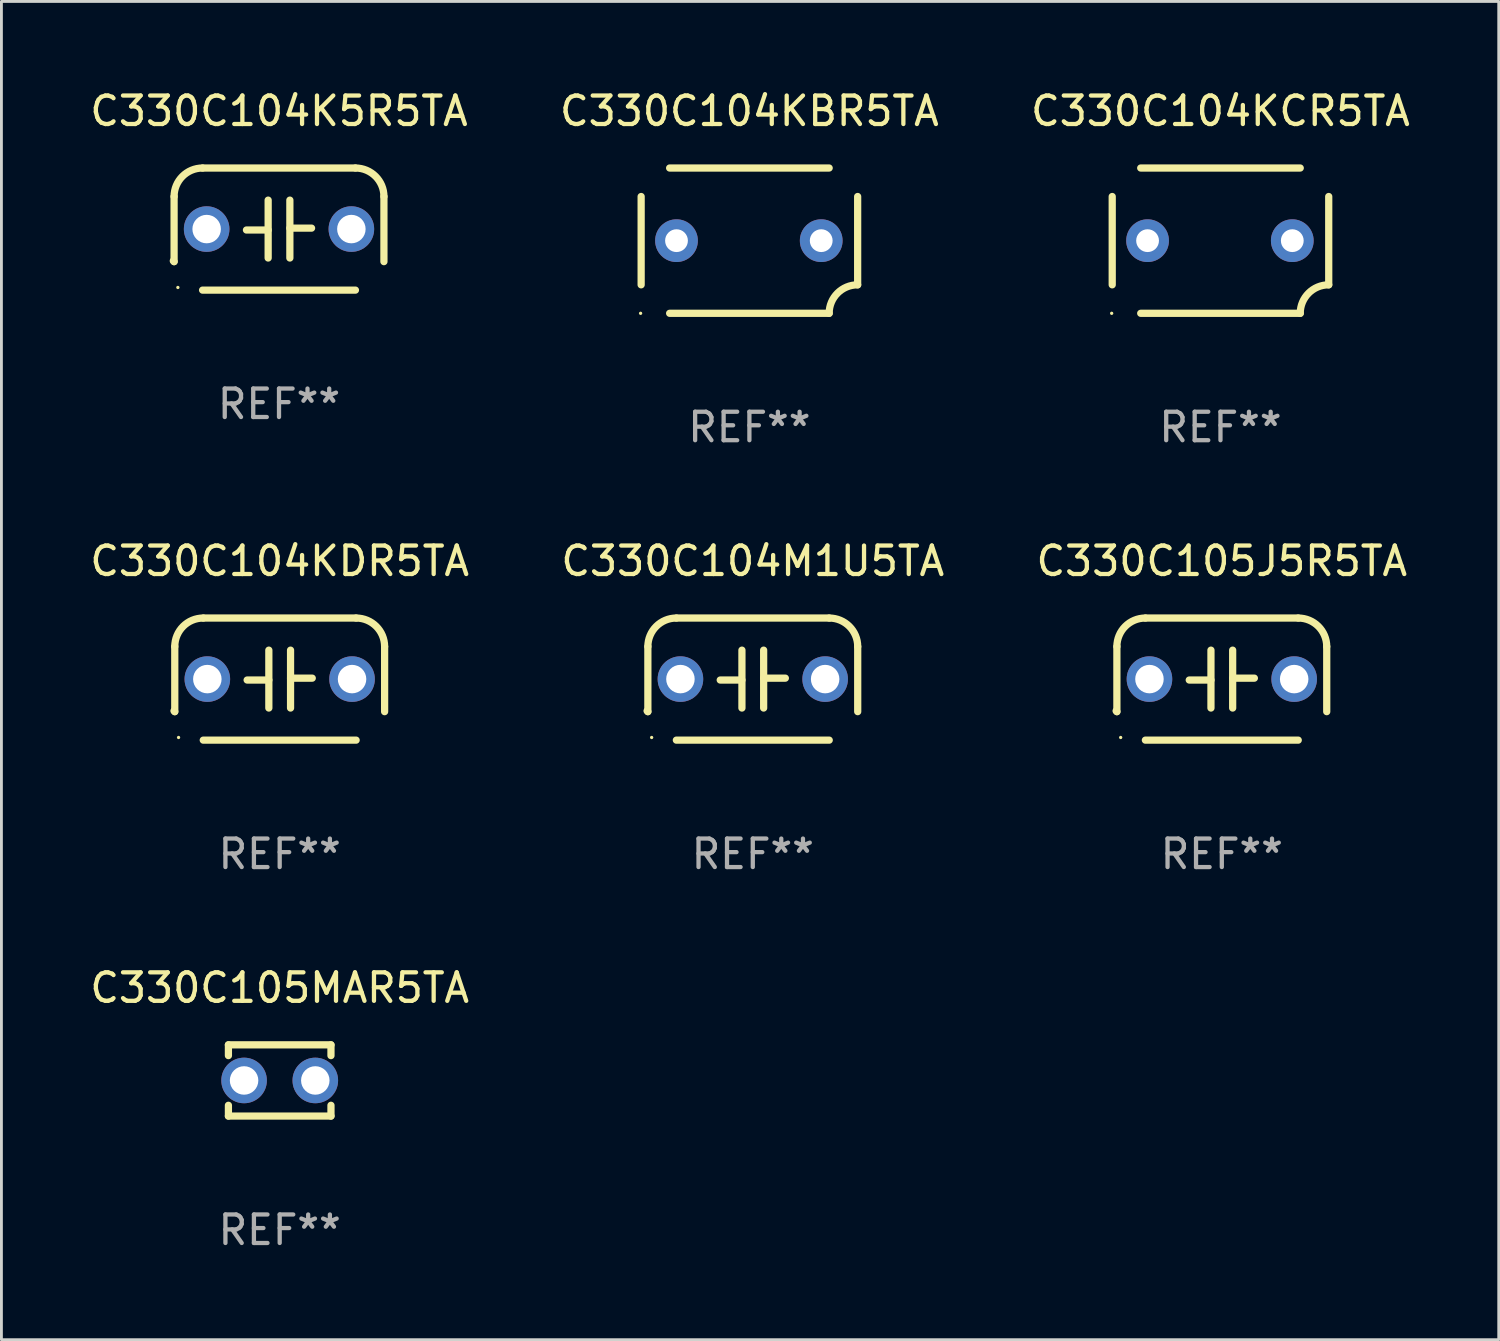
<source format=kicad_pcb>
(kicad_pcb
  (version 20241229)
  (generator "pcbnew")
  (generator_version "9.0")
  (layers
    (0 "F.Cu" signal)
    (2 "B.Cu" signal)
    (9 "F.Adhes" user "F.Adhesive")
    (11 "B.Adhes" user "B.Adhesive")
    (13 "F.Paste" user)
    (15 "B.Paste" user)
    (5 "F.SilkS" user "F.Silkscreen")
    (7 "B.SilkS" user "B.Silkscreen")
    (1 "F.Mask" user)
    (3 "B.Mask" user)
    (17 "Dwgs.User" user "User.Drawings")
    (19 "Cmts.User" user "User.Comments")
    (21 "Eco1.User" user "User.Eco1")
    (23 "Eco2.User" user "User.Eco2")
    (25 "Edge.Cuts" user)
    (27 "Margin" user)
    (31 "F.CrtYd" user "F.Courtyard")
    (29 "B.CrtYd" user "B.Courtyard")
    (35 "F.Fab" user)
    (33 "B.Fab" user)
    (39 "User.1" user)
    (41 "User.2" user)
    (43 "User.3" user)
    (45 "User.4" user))
  (footprint "C330C104K5R5TA"
    (layer "F.Cu")
    (at 6.744 4.991)
    (property "Reference" "C330C104K5R5TA" (at 0 -4.143 0) (layer "F.SilkS") (effects (font (size 1 1) (thickness 0.15))))
    (attr through_hole)
    (fp_line (start -3.683 -1.143) (end -3.683 1.143) (stroke (width 0.254) (type solid)) (layer "F.SilkS"))
    (fp_line (start -2.683 -2.143) (end 2.683 -2.143) (stroke (width 0.254) (type solid)) (layer "F.SilkS"))
    (fp_line (start -0.381 0.033) (end -1.143 0.033) (stroke (width 0.254) (type solid)) (layer "F.SilkS"))
    (fp_line (start -0.381 1.016) (end -0.381 -1.016) (stroke (width 0.254) (type solid)) (layer "F.SilkS"))
    (fp_line (start 0.381 -1.016) (end 0.381 1.016) (stroke (width 0.254) (type solid)) (layer "F.SilkS"))
    (fp_line (start 0.381 -0.033) (end 1.143 -0.033) (stroke (width 0.254) (type solid)) (layer "F.SilkS"))
    (fp_line (start 2.683 2.143) (end -2.683 2.143) (stroke (width 0.254) (type solid)) (layer "F.SilkS"))
    (fp_line (start 3.683 1.143) (end 3.683 -1.143) (stroke (width 0.254) (type solid)) (layer "F.SilkS"))
    (fp_arc (start -3.710292 1.115763) (mid -3.696656 1.129383) (end -3.68302 1.143002) (stroke (width 0.254001) (type solid)) (layer "F.SilkS"))
    (fp_arc (start -3.682994 -1.142977) (mid -3.390088 -1.850114) (end -2.682944 -2.143002) (stroke (width 0.254001) (type solid)) (layer "F.SilkS"))
    (fp_arc (start 2.682994 -2.143028) (mid 3.390106 -1.850122) (end 3.682995 -1.143002) (stroke (width 0.254001) (type solid)) (layer "F.SilkS"))
    (fp_circle (center -3.55 2.05) (end -3.52 2.05) (stroke (width 0.06) (type solid)) (fill no) (layer "F.SilkS"))
    (fp_text user "REF**" (at 0 6.143 0) (layer "F.Fab") (effects (font (size 1 1) (thickness 0.15))))
    (pad "1" thru_hole circle (at -2.54 0) (size 1.6 1.6) (drill 1) (layers "*.Cu" "*.Mask"))
    (pad "2" thru_hole circle (at 2.54 0) (size 1.6 1.6) (drill 1) (layers "*.Cu" "*.Mask")))
  (footprint "C330C104KCR5TA"
    (layer "F.Cu")
    (at 39.792 5.398)
    (property "Reference" "C330C104KCR5TA" (at 0 -4.55 0) (layer "F.SilkS") (effects (font (size 1 1) (thickness 0.15))))
    (attr through_hole)
    (fp_line (start -3.8 1.55) (end -3.8 -1.55) (stroke (width 0.254) (type solid)) (layer "F.SilkS"))
    (fp_line (start -2.8 -2.55) (end 2.8 -2.55) (stroke (width 0.254) (type solid)) (layer "F.SilkS"))
    (fp_line (start 2.8 2.55) (end -2.8 2.55) (stroke (width 0.254) (type solid)) (layer "F.SilkS"))
    (fp_line (start 3.8 -1.55) (end 3.8 1.55) (stroke (width 0.254) (type solid)) (layer "F.SilkS"))
    (fp_arc (start 2.800038 2.549975) (mid 3.092931 1.842868) (end 3.800038 1.549975) (stroke (width 0.254001) (type solid)) (layer "F.SilkS"))
    (fp_circle (center -3.819 2.55) (end -3.789 2.55) (stroke (width 0.06) (type solid)) (fill no) (layer "F.SilkS"))
    (fp_text user "REF**" (at 0 6.55 0) (layer "F.Fab") (effects (font (size 1 1) (thickness 0.15))))
    (pad "1" thru_hole circle (at -2.559 -0.000013) (size 1.5 1.5) (drill 0.8) (layers "*.Cu" "*.Mask"))
    (pad "2" thru_hole circle (at 2.521 -0.000013) (size 1.5 1.5) (drill 0.8) (layers "*.Cu" "*.Mask")))
  (footprint "C330C104KBR5TA"
    (layer "F.Cu")
    (at 23.256 5.398)
    (property "Reference" "C330C104KBR5TA" (at 0 -4.55 0) (layer "F.SilkS") (effects (font (size 1 1) (thickness 0.15))))
    (attr through_hole)
    (fp_line (start -3.8 1.55) (end -3.8 -1.55) (stroke (width 0.254) (type solid)) (layer "F.SilkS"))
    (fp_line (start -2.8 -2.55) (end 2.8 -2.55) (stroke (width 0.254) (type solid)) (layer "F.SilkS"))
    (fp_line (start 2.8 2.55) (end -2.8 2.55) (stroke (width 0.254) (type solid)) (layer "F.SilkS"))
    (fp_line (start 3.8 -1.55) (end 3.8 1.55) (stroke (width 0.254) (type solid)) (layer "F.SilkS"))
    (fp_arc (start 2.800038 2.549975) (mid 3.092931 1.842868) (end 3.800038 1.549975) (stroke (width 0.254001) (type solid)) (layer "F.SilkS"))
    (fp_circle (center -3.819 2.55) (end -3.789 2.55) (stroke (width 0.06) (type solid)) (fill no) (layer "F.SilkS"))
    (fp_text user "REF**" (at 0 6.55 0) (layer "F.Fab") (effects (font (size 1 1) (thickness 0.15))))
    (pad "1" thru_hole circle (at -2.559 -0.000013) (size 1.5 1.5) (drill 0.8) (layers "*.Cu" "*.Mask"))
    (pad "2" thru_hole circle (at 2.521 -0.000013) (size 1.5 1.5) (drill 0.8) (layers "*.Cu" "*.Mask")))
  (footprint "C330C105MAR5TA"
    (layer "F.Cu")
    (at 6.768 34.877)
    (property "Reference" "C330C105MAR5TA" (at 0 -3.25 0) (layer "F.SilkS") (effects (font (size 1 1) (thickness 0.15))))
    (attr through_hole)
    (fp_line (start -1.8 -1.25) (end -1.8 -0.872) (stroke (width 0.254) (type solid)) (layer "F.SilkS"))
    (fp_line (start -1.8 -1.25) (end 1.8 -1.25) (stroke (width 0.254) (type solid)) (layer "F.SilkS"))
    (fp_line (start -1.8 0.872) (end -1.8 1.25) (stroke (width 0.254) (type solid)) (layer "F.SilkS"))
    (fp_line (start -1.8 1.25) (end 1.8 1.25) (stroke (width 0.254) (type solid)) (layer "F.SilkS"))
    (fp_line (start 1.8 -1.25) (end 1.8 -0.872) (stroke (width 0.254) (type solid)) (layer "F.SilkS"))
    (fp_line (start 1.8 0.872) (end 1.8 1.25) (stroke (width 0.254) (type solid)) (layer "F.SilkS"))
    (fp_circle (center -1.8 1.25) (end -1.77 1.25) (stroke (width 0.06) (type solid)) (fill no) (layer "F.SilkS"))
    (fp_text user "REF**" (at 0 5.25 0) (layer "F.Fab") (effects (font (size 1 1) (thickness 0.15))))
    (pad "1" thru_hole circle (at -1.25 0) (size 1.6 1.6) (drill 1) (layers "*.Cu" "*.Mask"))
    (pad "2" thru_hole circle (at 1.25 0) (size 1.6 1.6) (drill 1) (layers "*.Cu" "*.Mask")))
  (footprint "C330C104KDR5TA"
    (layer "F.Cu")
    (at 6.768 20.788)
    (property "Reference" "C330C104KDR5TA" (at 0 -4.143 0) (layer "F.SilkS") (effects (font (size 1 1) (thickness 0.15))))
    (attr through_hole)
    (fp_line (start -3.683 -1.143) (end -3.683 1.143) (stroke (width 0.254) (type solid)) (layer "F.SilkS"))
    (fp_line (start -2.683 -2.143) (end 2.683 -2.143) (stroke (width 0.254) (type solid)) (layer "F.SilkS"))
    (fp_line (start -0.381 0.033) (end -1.143 0.033) (stroke (width 0.254) (type solid)) (layer "F.SilkS"))
    (fp_line (start -0.381 1.016) (end -0.381 -1.016) (stroke (width 0.254) (type solid)) (layer "F.SilkS"))
    (fp_line (start 0.381 -1.016) (end 0.381 1.016) (stroke (width 0.254) (type solid)) (layer "F.SilkS"))
    (fp_line (start 0.381 -0.033) (end 1.143 -0.033) (stroke (width 0.254) (type solid)) (layer "F.SilkS"))
    (fp_line (start 2.683 2.143) (end -2.683 2.143) (stroke (width 0.254) (type solid)) (layer "F.SilkS"))
    (fp_line (start 3.683 1.143) (end 3.683 -1.143) (stroke (width 0.254) (type solid)) (layer "F.SilkS"))
    (fp_arc (start -3.710292 1.115763) (mid -3.696656 1.129383) (end -3.68302 1.143002) (stroke (width 0.254001) (type solid)) (layer "F.SilkS"))
    (fp_arc (start -3.682994 -1.142977) (mid -3.390088 -1.850114) (end -2.682944 -2.143002) (stroke (width 0.254001) (type solid)) (layer "F.SilkS"))
    (fp_arc (start 2.682994 -2.143028) (mid 3.390106 -1.850122) (end 3.682995 -1.143002) (stroke (width 0.254001) (type solid)) (layer "F.SilkS"))
    (fp_circle (center -3.55 2.05) (end -3.52 2.05) (stroke (width 0.06) (type solid)) (fill no) (layer "F.SilkS"))
    (fp_text user "REF**" (at 0 6.143 0) (layer "F.Fab") (effects (font (size 1 1) (thickness 0.15))))
    (pad "1" thru_hole circle (at -2.54 0) (size 1.6 1.6) (drill 1) (layers "*.Cu" "*.Mask"))
    (pad "2" thru_hole circle (at 2.54 0) (size 1.6 1.6) (drill 1) (layers "*.Cu" "*.Mask")))
  (footprint "C330C105J5R5TA"
    (layer "F.Cu")
    (at 39.839 20.788)
    (property "Reference" "C330C105J5R5TA" (at 0 -4.143 0) (layer "F.SilkS") (effects (font (size 1 1) (thickness 0.15))))
    (attr through_hole)
    (fp_line (start -3.683 -1.143) (end -3.683 1.143) (stroke (width 0.254) (type solid)) (layer "F.SilkS"))
    (fp_line (start -2.683 -2.143) (end 2.683 -2.143) (stroke (width 0.254) (type solid)) (layer "F.SilkS"))
    (fp_line (start -0.381 0.033) (end -1.143 0.033) (stroke (width 0.254) (type solid)) (layer "F.SilkS"))
    (fp_line (start -0.381 1.016) (end -0.381 -1.016) (stroke (width 0.254) (type solid)) (layer "F.SilkS"))
    (fp_line (start 0.381 -1.016) (end 0.381 1.016) (stroke (width 0.254) (type solid)) (layer "F.SilkS"))
    (fp_line (start 0.381 -0.033) (end 1.143 -0.033) (stroke (width 0.254) (type solid)) (layer "F.SilkS"))
    (fp_line (start 2.683 2.143) (end -2.683 2.143) (stroke (width 0.254) (type solid)) (layer "F.SilkS"))
    (fp_line (start 3.683 1.143) (end 3.683 -1.143) (stroke (width 0.254) (type solid)) (layer "F.SilkS"))
    (fp_arc (start -3.710292 1.115763) (mid -3.696656 1.129383) (end -3.68302 1.143002) (stroke (width 0.254001) (type solid)) (layer "F.SilkS"))
    (fp_arc (start -3.682994 -1.142977) (mid -3.390088 -1.850114) (end -2.682944 -2.143002) (stroke (width 0.254001) (type solid)) (layer "F.SilkS"))
    (fp_arc (start 2.682994 -2.143028) (mid 3.390106 -1.850122) (end 3.682995 -1.143002) (stroke (width 0.254001) (type solid)) (layer "F.SilkS"))
    (fp_circle (center -3.55 2.05) (end -3.52 2.05) (stroke (width 0.06) (type solid)) (fill no) (layer "F.SilkS"))
    (fp_text user "REF**" (at 0 6.143 0) (layer "F.Fab") (effects (font (size 1 1) (thickness 0.15))))
    (pad "1" thru_hole circle (at -2.54 0) (size 1.6 1.6) (drill 1) (layers "*.Cu" "*.Mask"))
    (pad "2" thru_hole circle (at 2.54 0) (size 1.6 1.6) (drill 1) (layers "*.Cu" "*.Mask")))
  (footprint "C330C104M1U5TA"
    (layer "F.Cu")
    (at 23.375 20.788)
    (property "Reference" "C330C104M1U5TA" (at 0 -4.143 0) (layer "F.SilkS") (effects (font (size 1 1) (thickness 0.15))))
    (attr through_hole)
    (fp_line (start -3.683 -1.143) (end -3.683 1.143) (stroke (width 0.254) (type solid)) (layer "F.SilkS"))
    (fp_line (start -2.683 -2.143) (end 2.683 -2.143) (stroke (width 0.254) (type solid)) (layer "F.SilkS"))
    (fp_line (start -0.381 0.033) (end -1.143 0.033) (stroke (width 0.254) (type solid)) (layer "F.SilkS"))
    (fp_line (start -0.381 1.016) (end -0.381 -1.016) (stroke (width 0.254) (type solid)) (layer "F.SilkS"))
    (fp_line (start 0.381 -1.016) (end 0.381 1.016) (stroke (width 0.254) (type solid)) (layer "F.SilkS"))
    (fp_line (start 0.381 -0.033) (end 1.143 -0.033) (stroke (width 0.254) (type solid)) (layer "F.SilkS"))
    (fp_line (start 2.683 2.143) (end -2.683 2.143) (stroke (width 0.254) (type solid)) (layer "F.SilkS"))
    (fp_line (start 3.683 1.143) (end 3.683 -1.143) (stroke (width 0.254) (type solid)) (layer "F.SilkS"))
    (fp_arc (start -3.710292 1.115763) (mid -3.696656 1.129383) (end -3.68302 1.143002) (stroke (width 0.254001) (type solid)) (layer "F.SilkS"))
    (fp_arc (start -3.682994 -1.142977) (mid -3.390088 -1.850114) (end -2.682944 -2.143002) (stroke (width 0.254001) (type solid)) (layer "F.SilkS"))
    (fp_arc (start 2.682994 -2.143028) (mid 3.390106 -1.850122) (end 3.682995 -1.143002) (stroke (width 0.254001) (type solid)) (layer "F.SilkS"))
    (fp_circle (center -3.55 2.05) (end -3.52 2.05) (stroke (width 0.06) (type solid)) (fill no) (layer "F.SilkS"))
    (fp_text user "REF**" (at 0 6.143 0) (layer "F.Fab") (effects (font (size 1 1) (thickness 0.15))))
    (pad "1" thru_hole circle (at -2.54 0) (size 1.6 1.6) (drill 1) (layers "*.Cu" "*.Mask"))
    (pad "2" thru_hole circle (at 2.54 0) (size 1.6 1.6) (drill 1) (layers "*.Cu" "*.Mask")))
  (gr_rect
    (start -3 -3)
    (end 49.56 43.976)
    (stroke (width 0.1) (type default))
    (fill no)
    (layer "Edge.Cuts")))
</source>
